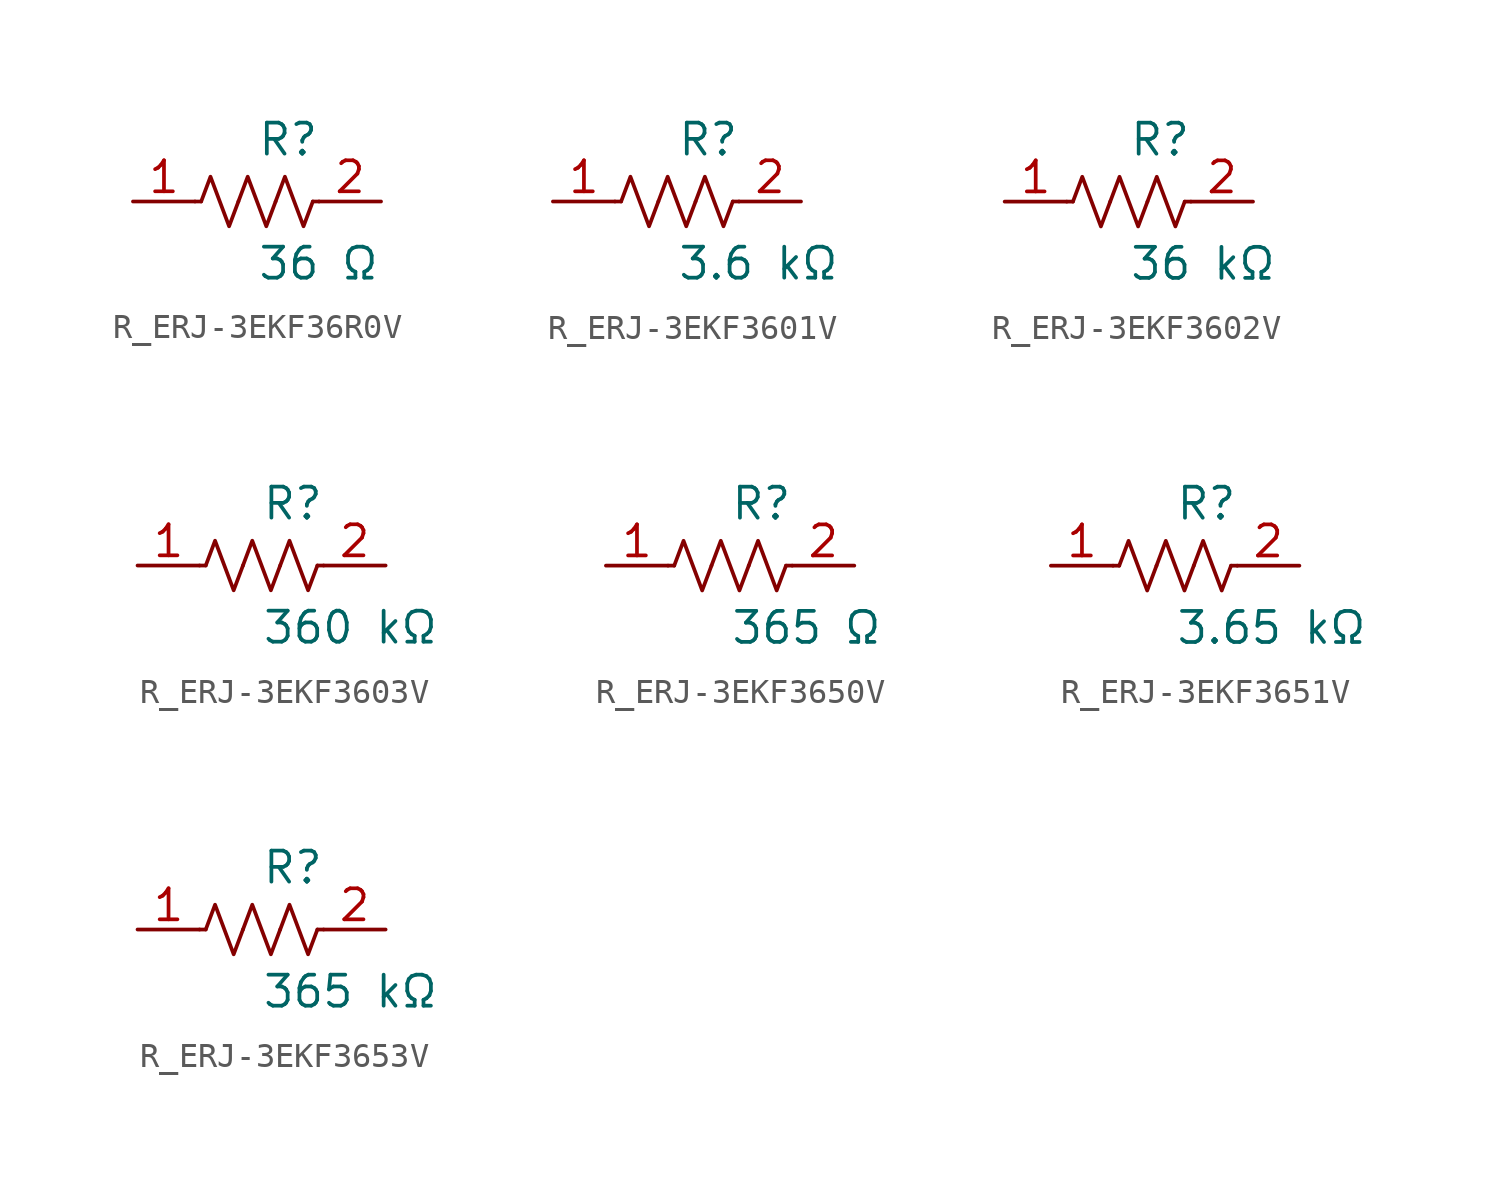
<source format=kicad_sym>
(kicad_symbol_lib
  (version 20231120)
  (generator kicad_symbol_editor)
  (generator_version 8.0)
  (symbol "R_ERJ-3EKF36R0V"
    (pin_names
      (offset 0.254))
    (property "Reference" "R"
      (at 0.0 2.54 0)
      (effects (font (size 1.27 1.27)) (justify left)))
    (property "Value" "36 Ω"
      (at 0.0 -2.54 0)
      (effects (font (size 1.27 1.27)) (justify left)))
    (symbol "R_ERJ-3EKF36R0V_0_1"
      (polyline (pts (xy 2.286 0) (xy 2.54 0)) (stroke (width 0) (type default)) (fill (type none)))
      (polyline (pts (xy -2.286 0) (xy -2.54 0)) (stroke (width 0) (type default)) (fill (type none)))
      (polyline (pts (xy 0.762 0) (xy 1.143 1.016) (xy 1.524 0) (xy 1.905 -1.016) (xy 2.286 0)) (stroke (width 0) (type default)) (fill (type none)))
      (polyline (pts (xy -0.762 0) (xy -0.381 1.016) (xy 0 0) (xy 0.381 -1.016) (xy 0.762 0)) (stroke (width 0) (type default)) (fill (type none)))
      (polyline (pts (xy -2.286 0) (xy -1.905 1.016) (xy -1.524 0) (xy -1.143 -1.016) (xy -0.762 0)) (stroke (width 0) (type default)) (fill (type none))))
    (pin unspecified line
      (at -5.08 0 0)
      (length 2.54)
      (name "" (effects (font (size 1.27 1.27))))
      (number "1" (effects (font (size 1.27 1.27)))))
    (pin unspecified line
      (at 5.08 0 180)
      (length 2.54)
      (name "" (effects (font (size 1.27 1.27))))
      (number "2" (effects (font (size 1.27 1.27))))))
  (symbol "R_ERJ-3EKF3601V"
    (pin_names
      (offset 0.254))
    (property "Reference" "R"
      (at 0.0 2.54 0)
      (effects (font (size 1.27 1.27)) (justify left)))
    (property "Value" "3.6 kΩ"
      (at 0.0 -2.54 0)
      (effects (font (size 1.27 1.27)) (justify left)))
    (symbol "R_ERJ-3EKF3601V_0_1"
      (polyline (pts (xy 2.286 0) (xy 2.54 0)) (stroke (width 0) (type default)) (fill (type none)))
      (polyline (pts (xy -2.286 0) (xy -2.54 0)) (stroke (width 0) (type default)) (fill (type none)))
      (polyline (pts (xy 0.762 0) (xy 1.143 1.016) (xy 1.524 0) (xy 1.905 -1.016) (xy 2.286 0)) (stroke (width 0) (type default)) (fill (type none)))
      (polyline (pts (xy -0.762 0) (xy -0.381 1.016) (xy 0 0) (xy 0.381 -1.016) (xy 0.762 0)) (stroke (width 0) (type default)) (fill (type none)))
      (polyline (pts (xy -2.286 0) (xy -1.905 1.016) (xy -1.524 0) (xy -1.143 -1.016) (xy -0.762 0)) (stroke (width 0) (type default)) (fill (type none))))
    (pin unspecified line
      (at -5.08 0 0)
      (length 2.54)
      (name "" (effects (font (size 1.27 1.27))))
      (number "1" (effects (font (size 1.27 1.27)))))
    (pin unspecified line
      (at 5.08 0 180)
      (length 2.54)
      (name "" (effects (font (size 1.27 1.27))))
      (number "2" (effects (font (size 1.27 1.27))))))
  (symbol "R_ERJ-3EKF3602V"
    (pin_names
      (offset 0.254))
    (property "Reference" "R"
      (at 0.0 2.54 0)
      (effects (font (size 1.27 1.27)) (justify left)))
    (property "Value" "36 kΩ"
      (at 0.0 -2.54 0)
      (effects (font (size 1.27 1.27)) (justify left)))
    (symbol "R_ERJ-3EKF3602V_0_1"
      (polyline (pts (xy 2.286 0) (xy 2.54 0)) (stroke (width 0) (type default)) (fill (type none)))
      (polyline (pts (xy -2.286 0) (xy -2.54 0)) (stroke (width 0) (type default)) (fill (type none)))
      (polyline (pts (xy 0.762 0) (xy 1.143 1.016) (xy 1.524 0) (xy 1.905 -1.016) (xy 2.286 0)) (stroke (width 0) (type default)) (fill (type none)))
      (polyline (pts (xy -0.762 0) (xy -0.381 1.016) (xy 0 0) (xy 0.381 -1.016) (xy 0.762 0)) (stroke (width 0) (type default)) (fill (type none)))
      (polyline (pts (xy -2.286 0) (xy -1.905 1.016) (xy -1.524 0) (xy -1.143 -1.016) (xy -0.762 0)) (stroke (width 0) (type default)) (fill (type none))))
    (pin unspecified line
      (at -5.08 0 0)
      (length 2.54)
      (name "" (effects (font (size 1.27 1.27))))
      (number "1" (effects (font (size 1.27 1.27)))))
    (pin unspecified line
      (at 5.08 0 180)
      (length 2.54)
      (name "" (effects (font (size 1.27 1.27))))
      (number "2" (effects (font (size 1.27 1.27))))))
  (symbol "R_ERJ-3EKF3603V"
    (pin_names
      (offset 0.254))
    (property "Reference" "R"
      (at 0.0 2.54 0)
      (effects (font (size 1.27 1.27)) (justify left)))
    (property "Value" "360 kΩ"
      (at 0.0 -2.54 0)
      (effects (font (size 1.27 1.27)) (justify left)))
    (symbol "R_ERJ-3EKF3603V_0_1"
      (polyline (pts (xy 2.286 0) (xy 2.54 0)) (stroke (width 0) (type default)) (fill (type none)))
      (polyline (pts (xy -2.286 0) (xy -2.54 0)) (stroke (width 0) (type default)) (fill (type none)))
      (polyline (pts (xy 0.762 0) (xy 1.143 1.016) (xy 1.524 0) (xy 1.905 -1.016) (xy 2.286 0)) (stroke (width 0) (type default)) (fill (type none)))
      (polyline (pts (xy -0.762 0) (xy -0.381 1.016) (xy 0 0) (xy 0.381 -1.016) (xy 0.762 0)) (stroke (width 0) (type default)) (fill (type none)))
      (polyline (pts (xy -2.286 0) (xy -1.905 1.016) (xy -1.524 0) (xy -1.143 -1.016) (xy -0.762 0)) (stroke (width 0) (type default)) (fill (type none))))
    (pin unspecified line
      (at -5.08 0 0)
      (length 2.54)
      (name "" (effects (font (size 1.27 1.27))))
      (number "1" (effects (font (size 1.27 1.27)))))
    (pin unspecified line
      (at 5.08 0 180)
      (length 2.54)
      (name "" (effects (font (size 1.27 1.27))))
      (number "2" (effects (font (size 1.27 1.27))))))
  (symbol "R_ERJ-3EKF3650V"
    (pin_names
      (offset 0.254))
    (property "Reference" "R"
      (at 0.0 2.54 0)
      (effects (font (size 1.27 1.27)) (justify left)))
    (property "Value" "365 Ω"
      (at 0.0 -2.54 0)
      (effects (font (size 1.27 1.27)) (justify left)))
    (symbol "R_ERJ-3EKF3650V_0_1"
      (polyline (pts (xy 2.286 0) (xy 2.54 0)) (stroke (width 0) (type default)) (fill (type none)))
      (polyline (pts (xy -2.286 0) (xy -2.54 0)) (stroke (width 0) (type default)) (fill (type none)))
      (polyline (pts (xy 0.762 0) (xy 1.143 1.016) (xy 1.524 0) (xy 1.905 -1.016) (xy 2.286 0)) (stroke (width 0) (type default)) (fill (type none)))
      (polyline (pts (xy -0.762 0) (xy -0.381 1.016) (xy 0 0) (xy 0.381 -1.016) (xy 0.762 0)) (stroke (width 0) (type default)) (fill (type none)))
      (polyline (pts (xy -2.286 0) (xy -1.905 1.016) (xy -1.524 0) (xy -1.143 -1.016) (xy -0.762 0)) (stroke (width 0) (type default)) (fill (type none))))
    (pin unspecified line
      (at -5.08 0 0)
      (length 2.54)
      (name "" (effects (font (size 1.27 1.27))))
      (number "1" (effects (font (size 1.27 1.27)))))
    (pin unspecified line
      (at 5.08 0 180)
      (length 2.54)
      (name "" (effects (font (size 1.27 1.27))))
      (number "2" (effects (font (size 1.27 1.27))))))
  (symbol "R_ERJ-3EKF3651V"
    (pin_names
      (offset 0.254))
    (property "Reference" "R"
      (at 0.0 2.54 0)
      (effects (font (size 1.27 1.27)) (justify left)))
    (property "Value" "3.65 kΩ"
      (at 0.0 -2.54 0)
      (effects (font (size 1.27 1.27)) (justify left)))
    (symbol "R_ERJ-3EKF3651V_0_1"
      (polyline (pts (xy 2.286 0) (xy 2.54 0)) (stroke (width 0) (type default)) (fill (type none)))
      (polyline (pts (xy -2.286 0) (xy -2.54 0)) (stroke (width 0) (type default)) (fill (type none)))
      (polyline (pts (xy 0.762 0) (xy 1.143 1.016) (xy 1.524 0) (xy 1.905 -1.016) (xy 2.286 0)) (stroke (width 0) (type default)) (fill (type none)))
      (polyline (pts (xy -0.762 0) (xy -0.381 1.016) (xy 0 0) (xy 0.381 -1.016) (xy 0.762 0)) (stroke (width 0) (type default)) (fill (type none)))
      (polyline (pts (xy -2.286 0) (xy -1.905 1.016) (xy -1.524 0) (xy -1.143 -1.016) (xy -0.762 0)) (stroke (width 0) (type default)) (fill (type none))))
    (pin unspecified line
      (at -5.08 0 0)
      (length 2.54)
      (name "" (effects (font (size 1.27 1.27))))
      (number "1" (effects (font (size 1.27 1.27)))))
    (pin unspecified line
      (at 5.08 0 180)
      (length 2.54)
      (name "" (effects (font (size 1.27 1.27))))
      (number "2" (effects (font (size 1.27 1.27))))))
  (symbol "R_ERJ-3EKF3653V"
    (pin_names
      (offset 0.254))
    (property "Reference" "R"
      (at 0.0 2.54 0)
      (effects (font (size 1.27 1.27)) (justify left)))
    (property "Value" "365 kΩ"
      (at 0.0 -2.54 0)
      (effects (font (size 1.27 1.27)) (justify left)))
    (symbol "R_ERJ-3EKF3653V_0_1"
      (polyline (pts (xy 2.286 0) (xy 2.54 0)) (stroke (width 0) (type default)) (fill (type none)))
      (polyline (pts (xy -2.286 0) (xy -2.54 0)) (stroke (width 0) (type default)) (fill (type none)))
      (polyline (pts (xy 0.762 0) (xy 1.143 1.016) (xy 1.524 0) (xy 1.905 -1.016) (xy 2.286 0)) (stroke (width 0) (type default)) (fill (type none)))
      (polyline (pts (xy -0.762 0) (xy -0.381 1.016) (xy 0 0) (xy 0.381 -1.016) (xy 0.762 0)) (stroke (width 0) (type default)) (fill (type none)))
      (polyline (pts (xy -2.286 0) (xy -1.905 1.016) (xy -1.524 0) (xy -1.143 -1.016) (xy -0.762 0)) (stroke (width 0) (type default)) (fill (type none))))
    (pin unspecified line
      (at -5.08 0 0)
      (length 2.54)
      (name "" (effects (font (size 1.27 1.27))))
      (number "1" (effects (font (size 1.27 1.27)))))
    (pin unspecified line
      (at 5.08 0 180)
      (length 2.54)
      (name "" (effects (font (size 1.27 1.27))))
      (number "2" (effects (font (size 1.27 1.27)))))))
</source>
